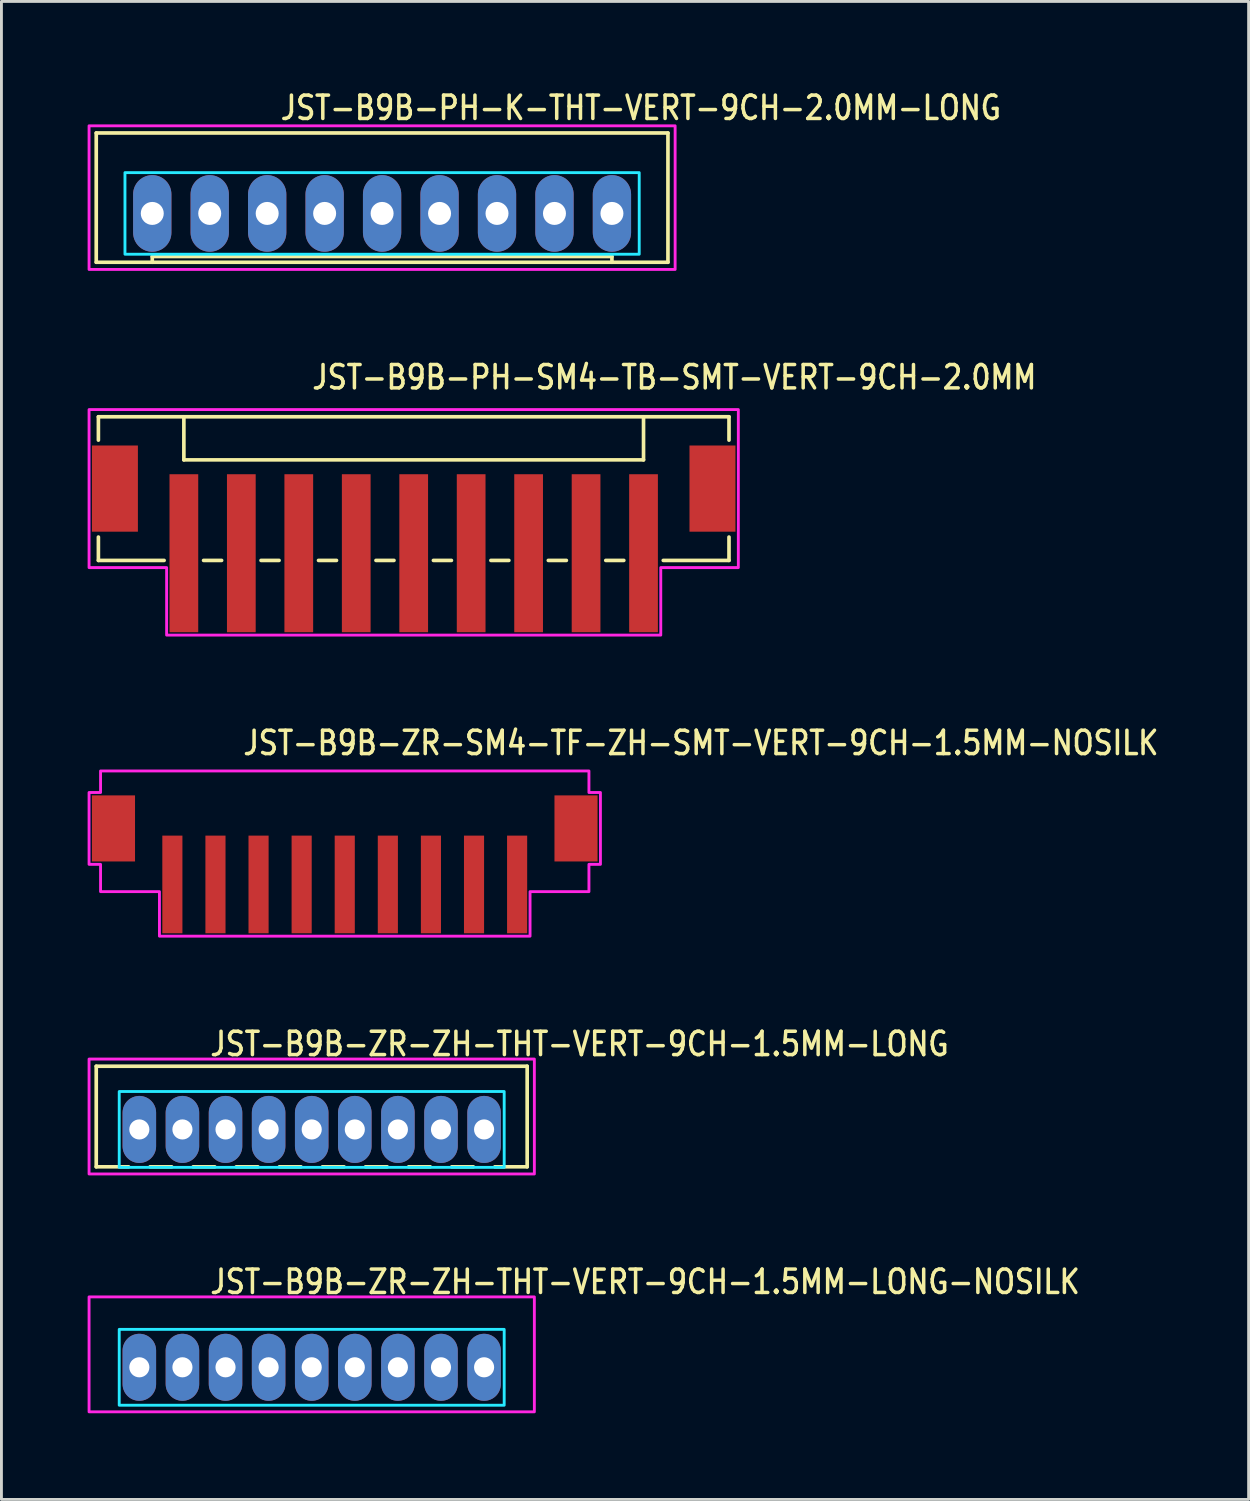
<source format=kicad_pcb>
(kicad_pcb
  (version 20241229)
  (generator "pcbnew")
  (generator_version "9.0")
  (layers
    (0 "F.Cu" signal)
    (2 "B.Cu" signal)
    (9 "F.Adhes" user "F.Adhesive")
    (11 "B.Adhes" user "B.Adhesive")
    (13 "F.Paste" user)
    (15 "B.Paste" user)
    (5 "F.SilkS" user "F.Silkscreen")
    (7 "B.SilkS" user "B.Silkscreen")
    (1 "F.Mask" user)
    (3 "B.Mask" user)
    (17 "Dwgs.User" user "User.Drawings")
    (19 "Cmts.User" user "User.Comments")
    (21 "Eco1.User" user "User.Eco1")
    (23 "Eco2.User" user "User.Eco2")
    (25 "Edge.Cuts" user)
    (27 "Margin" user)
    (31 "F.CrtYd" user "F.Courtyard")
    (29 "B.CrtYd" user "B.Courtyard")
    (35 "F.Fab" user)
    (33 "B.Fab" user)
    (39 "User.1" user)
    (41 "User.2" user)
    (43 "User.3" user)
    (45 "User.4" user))
  (footprint "JST-B9B-PH-SM4-TB-SMT-VERT-9CH-2.0MM"
    (layer "F.Cu")
    (at 11.35 13.957)
    (property "Reference" "JST-B9B-PH-SM4-TB-SMT-VERT-9CH-2.0MM" (at -3.6 -3.4 0) (unlocked yes) (layer "F.SilkS") (effects (font (size 0.813 0.695) (thickness 0.122)) (justify left bottom)))
    (fp_line (start -10.975 -2.5) (end -10.975 -1.687) (stroke (width 0.127) (type solid)) (layer "F.SilkS"))
    (fp_line (start -10.975 -2.5) (end 10.975 -2.5) (stroke (width 0.127) (type solid)) (layer "F.SilkS"))
    (fp_line (start -10.975 2.5) (end -10.975 1.687) (stroke (width 0.127) (type solid)) (layer "F.SilkS"))
    (fp_line (start -10.975 2.5) (end -8.687 2.5) (stroke (width 0.127) (type solid)) (layer "F.SilkS"))
    (fp_line (start -8 -2.5) (end -8 -1) (stroke (width 0.127) (type solid)) (layer "F.SilkS"))
    (fp_line (start -8 -1) (end 8 -1) (stroke (width 0.127) (type solid)) (layer "F.SilkS"))
    (fp_line (start -7.314 2.5) (end -6.686 2.5) (stroke (width 0.127) (type solid)) (layer "F.SilkS"))
    (fp_line (start -5.314 2.5) (end -4.686 2.5) (stroke (width 0.127) (type solid)) (layer "F.SilkS"))
    (fp_line (start -3.313 2.5) (end -2.687 2.5) (stroke (width 0.127) (type solid)) (layer "F.SilkS"))
    (fp_line (start -1.313 2.5) (end -0.686 2.5) (stroke (width 0.127) (type solid)) (layer "F.SilkS"))
    (fp_line (start 0.686 2.5) (end 1.313 2.5) (stroke (width 0.127) (type solid)) (layer "F.SilkS"))
    (fp_line (start 2.687 2.5) (end 3.313 2.5) (stroke (width 0.127) (type solid)) (layer "F.SilkS"))
    (fp_line (start 4.686 2.5) (end 5.314 2.5) (stroke (width 0.127) (type solid)) (layer "F.SilkS"))
    (fp_line (start 6.686 2.5) (end 7.314 2.5) (stroke (width 0.127) (type solid)) (layer "F.SilkS"))
    (fp_line (start 8 -1) (end 8 -2.5) (stroke (width 0.127) (type solid)) (layer "F.SilkS"))
    (fp_line (start 8.687 2.5) (end 10.975 2.5) (stroke (width 0.127) (type solid)) (layer "F.SilkS"))
    (fp_line (start 10.975 -1.687) (end 10.975 -2.5) (stroke (width 0.127) (type solid)) (layer "F.SilkS"))
    (fp_line (start 10.975 1.687) (end 10.975 2.5) (stroke (width 0.127) (type solid)) (layer "F.SilkS"))
    (fp_poly (pts (xy -11.3 -2.75) (xy -11.3 2.75) (xy -8.6 2.75) (xy -8.6 5.1) (xy 8.6 5.1) (xy 8.6 2.75) (xy 11.3 2.75) (xy 11.3 -2.75)) (stroke (width 0.1) (type solid)) (fill no) (layer "F.CrtYd"))
    (pad "P$1" smd rect (at -8 2.25) (size 1 5.5) (layers "F.Cu" "F.Mask" "F.Paste"))
    (pad "P$2" smd rect (at -6 2.25) (size 1 5.5) (layers "F.Cu" "F.Mask" "F.Paste"))
    (pad "P$3" smd rect (at -4 2.25) (size 1 5.5) (layers "F.Cu" "F.Mask" "F.Paste"))
    (pad "P$4" smd rect (at -2 2.25) (size 1 5.5) (layers "F.Cu" "F.Mask" "F.Paste"))
    (pad "P$5" smd rect (at 0 2.25) (size 1 5.5) (layers "F.Cu" "F.Mask" "F.Paste"))
    (pad "P$6" smd rect (at 2 2.25) (size 1 5.5) (layers "F.Cu" "F.Mask" "F.Paste"))
    (pad "P$7" smd rect (at 4 2.25) (size 1 5.5) (layers "F.Cu" "F.Mask" "F.Paste"))
    (pad "P$8" smd rect (at 6 2.25) (size 1 5.5) (layers "F.Cu" "F.Mask" "F.Paste"))
    (pad "P$9" smd rect (at 8 2.25) (size 1 5.5) (layers "F.Cu" "F.Mask" "F.Paste"))
    (pad "S$1" smd rect (at -10.4 0) (size 1.6 3) (layers "F.Cu" "F.Mask" "F.Paste"))
    (pad "S$2" smd rect (at 10.4 0) (size 1.6 3) (layers "F.Cu" "F.Mask" "F.Paste")))
  (footprint "JST-B9B-PH-K-THT-VERT-9CH-2.0MM-LONG"
    (layer "F.Cu")
    (at 10.25 4.379)
    (property "Reference" "JST-B9B-PH-K-THT-VERT-9CH-2.0MM-LONG" (at -3.6 -3.2 0) (unlocked yes) (layer "F.SilkS") (effects (font (size 0.813 0.695) (thickness 0.122)) (justify left bottom)))
    (fp_line (start -9.95 -2.8) (end -9.95 1.7) (stroke (width 0.127) (type solid)) (layer "F.SilkS"))
    (fp_line (start -9.95 -2.8) (end 9.95 -2.8) (stroke (width 0.127) (type solid)) (layer "F.SilkS"))
    (fp_line (start -9.95 1.7) (end 9.95 1.7) (stroke (width 0.127) (type solid)) (layer "F.SilkS"))
    (fp_line (start -8 1.7) (end -8 1.5) (stroke (width 0.127) (type solid)) (layer "F.SilkS"))
    (fp_line (start 8 1.5) (end -8 1.5) (stroke (width 0.127) (type solid)) (layer "F.SilkS"))
    (fp_line (start 8 1.7) (end 8 1.5) (stroke (width 0.127) (type solid)) (layer "F.SilkS"))
    (fp_line (start 9.95 1.7) (end 9.95 -2.8) (stroke (width 0.127) (type solid)) (layer "F.SilkS"))
    (fp_poly (pts (xy -8.95 -1.42) (xy -8.95 1.42) (xy 8.95 1.42) (xy 8.95 -1.42)) (stroke (width 0.1) (type solid)) (fill no) (layer "B.CrtYd"))
    (fp_poly (pts (xy -10.2 1.95) (xy -10.2 -3.05) (xy 10.2 -3.05) (xy 10.2 1.95)) (stroke (width 0.1) (type solid)) (fill no) (layer "F.CrtYd"))
    (pad "P$1" thru_hole oval (at 8 0 90) (size 2.667 1.333) (drill 0.8) (layers "*.Cu" "*.Mask"))
    (pad "P$2" thru_hole oval (at 6 0 90) (size 2.667 1.333) (drill 0.8) (layers "*.Cu" "*.Mask"))
    (pad "P$3" thru_hole oval (at 4 0 90) (size 2.667 1.333) (drill 0.8) (layers "*.Cu" "*.Mask"))
    (pad "P$4" thru_hole oval (at 2 0 90) (size 2.667 1.333) (drill 0.8) (layers "*.Cu" "*.Mask"))
    (pad "P$5" thru_hole oval (at 0 0 90) (size 2.667 1.333) (drill 0.8) (layers "*.Cu" "*.Mask"))
    (pad "P$6" thru_hole oval (at -2 0 90) (size 2.667 1.333) (drill 0.8) (layers "*.Cu" "*.Mask"))
    (pad "P$7" thru_hole oval (at -4 0 90) (size 2.667 1.333) (drill 0.8) (layers "*.Cu" "*.Mask"))
    (pad "P$8" thru_hole oval (at -6 0 90) (size 2.667 1.333) (drill 0.8) (layers "*.Cu" "*.Mask"))
    (pad "P$9" thru_hole oval (at -8 0 90) (size 2.667 1.333) (drill 0.8) (layers "*.Cu" "*.Mask")))
  (footprint "JST-B9B-ZR-ZH-THT-VERT-9CH-1.5MM-LONG"
    (layer "F.Cu")
    (at 7.8 36.264)
    (property "Reference" "JST-B9B-ZR-ZH-THT-VERT-9CH-1.5MM-LONG" (at -3.6 -2.5 0) (unlocked yes) (layer "F.SilkS") (effects (font (size 0.813 0.695) (thickness 0.122)) (justify left bottom)))
    (fp_line (start -7.5 -2.2) (end 7.5 -2.2) (stroke (width 0.127) (type solid)) (layer "F.SilkS"))
    (fp_line (start -7.5 1.3) (end -7.5 -2.2) (stroke (width 0.127) (type solid)) (layer "F.SilkS"))
    (fp_line (start -7.5 1.3) (end -6.375 1.3) (stroke (width 0.127) (type solid)) (layer "F.SilkS"))
    (fp_line (start -5.625 1.3) (end -4.875 1.3) (stroke (width 0.127) (type solid)) (layer "F.SilkS"))
    (fp_line (start -4.125 1.3) (end -3.375 1.3) (stroke (width 0.127) (type solid)) (layer "F.SilkS"))
    (fp_line (start -2.625 1.3) (end -1.875 1.3) (stroke (width 0.127) (type solid)) (layer "F.SilkS"))
    (fp_line (start -1.125 1.3) (end -0.375 1.3) (stroke (width 0.127) (type solid)) (layer "F.SilkS"))
    (fp_line (start 0.375 1.3) (end 1.125 1.3) (stroke (width 0.127) (type solid)) (layer "F.SilkS"))
    (fp_line (start 1.875 1.3) (end 2.625 1.3) (stroke (width 0.127) (type solid)) (layer "F.SilkS"))
    (fp_line (start 3.375 1.3) (end 4.125 1.3) (stroke (width 0.127) (type solid)) (layer "F.SilkS"))
    (fp_line (start 4.875 1.3) (end 5.625 1.3) (stroke (width 0.127) (type solid)) (layer "F.SilkS"))
    (fp_line (start 6.375 1.3) (end 7.5 1.3) (stroke (width 0.127) (type solid)) (layer "F.SilkS"))
    (fp_line (start 7.5 -2.2) (end 7.5 1.3) (stroke (width 0.127) (type solid)) (layer "F.SilkS"))
    (fp_poly (pts (xy -6.7 -1.32) (xy -6.7 1.32) (xy 6.7 1.32) (xy 6.7 -1.32)) (stroke (width 0.1) (type solid)) (fill no) (layer "B.CrtYd"))
    (fp_poly (pts (xy -7.75 -2.45) (xy -7.75 1.55) (xy 7.75 1.55) (xy 7.75 -2.45)) (stroke (width 0.1) (type solid)) (fill no) (layer "F.CrtYd"))
    (pad "P$1" thru_hole oval (at 6 0 90) (size 2.333 1.167) (drill 0.7) (layers "*.Cu" "*.Mask"))
    (pad "P$2" thru_hole oval (at 4.5 0 90) (size 2.333 1.167) (drill 0.7) (layers "*.Cu" "*.Mask"))
    (pad "P$3" thru_hole oval (at 3 0 90) (size 2.333 1.167) (drill 0.7) (layers "*.Cu" "*.Mask"))
    (pad "P$4" thru_hole oval (at 1.5 0 90) (size 2.333 1.167) (drill 0.7) (layers "*.Cu" "*.Mask"))
    (pad "P$5" thru_hole oval (at 0 0 90) (size 2.333 1.167) (drill 0.7) (layers "*.Cu" "*.Mask"))
    (pad "P$6" thru_hole oval (at -1.5 0 90) (size 2.333 1.167) (drill 0.7) (layers "*.Cu" "*.Mask"))
    (pad "P$7" thru_hole oval (at -3 0 90) (size 2.333 1.167) (drill 0.7) (layers "*.Cu" "*.Mask"))
    (pad "P$8" thru_hole oval (at -4.5 0 90) (size 2.333 1.167) (drill 0.7) (layers "*.Cu" "*.Mask"))
    (pad "P$9" thru_hole oval (at -6 0 90) (size 2.333 1.167) (drill 0.7) (layers "*.Cu" "*.Mask")))
  (footprint "JST-B9B-ZR-ZH-THT-VERT-9CH-1.5MM-LONG-NOSILK"
    (layer "F.Cu")
    (at 7.8 44.543)
    (property "Reference" "JST-B9B-ZR-ZH-THT-VERT-9CH-1.5MM-LONG-NOSILK" (at -3.6 -2.5 0) (unlocked yes) (layer "F.SilkS") (effects (font (size 0.813 0.695) (thickness 0.122)) (justify left bottom)))
    (fp_poly (pts (xy -6.7 -1.32) (xy -6.7 1.32) (xy 6.7 1.32) (xy 6.7 -1.32)) (stroke (width 0.1) (type solid)) (fill no) (layer "B.CrtYd"))
    (fp_poly (pts (xy -7.75 -2.45) (xy -7.75 1.55) (xy 7.75 1.55) (xy 7.75 -2.45)) (stroke (width 0.1) (type solid)) (fill no) (layer "F.CrtYd"))
    (pad "P$1" thru_hole oval (at 6 0 90) (size 2.333 1.167) (drill 0.7) (layers "*.Cu" "*.Mask"))
    (pad "P$2" thru_hole oval (at 4.5 0 90) (size 2.333 1.167) (drill 0.7) (layers "*.Cu" "*.Mask"))
    (pad "P$3" thru_hole oval (at 3 0 90) (size 2.333 1.167) (drill 0.7) (layers "*.Cu" "*.Mask"))
    (pad "P$4" thru_hole oval (at 1.5 0 90) (size 2.333 1.167) (drill 0.7) (layers "*.Cu" "*.Mask"))
    (pad "P$5" thru_hole oval (at 0 0 90) (size 2.333 1.167) (drill 0.7) (layers "*.Cu" "*.Mask"))
    (pad "P$6" thru_hole oval (at -1.5 0 90) (size 2.333 1.167) (drill 0.7) (layers "*.Cu" "*.Mask"))
    (pad "P$7" thru_hole oval (at -3 0 90) (size 2.333 1.167) (drill 0.7) (layers "*.Cu" "*.Mask"))
    (pad "P$8" thru_hole oval (at -4.5 0 90) (size 2.333 1.167) (drill 0.7) (layers "*.Cu" "*.Mask"))
    (pad "P$9" thru_hole oval (at -6 0 90) (size 2.333 1.167) (drill 0.7) (layers "*.Cu" "*.Mask")))
  (footprint "JST-B9B-ZR-SM4-TF-ZH-SMT-VERT-9CH-1.5MM-NOSILK"
    (layer "F.Cu")
    (at 8.95 25.786)
    (property "Reference" "JST-B9B-ZR-SM4-TF-ZH-SMT-VERT-9CH-1.5MM-NOSILK" (at -3.6 -2.5 0) (unlocked yes) (layer "F.SilkS") (effects (font (size 0.813 0.695) (thickness 0.122)) (justify left bottom)))
    (fp_poly (pts (xy -8.5 -2) (xy -8.5 -1.25) (xy -8.9 -1.25) (xy -8.9 1.25) (xy -8.5 1.25) (xy -8.5 2.2) (xy -6.45 2.2) (xy -6.45 3.75) (xy 6.45 3.75) (xy 6.45 2.2) (xy 8.5 2.2) (xy 8.5 1.25) (xy 8.9 1.25) (xy 8.9 -1.25) (xy 8.5 -1.25) (xy 8.5 -2)) (stroke (width 0.1) (type solid)) (fill no) (layer "F.CrtYd"))
    (pad "P$1" smd rect (at -6 1.95) (size 0.7 3.4) (layers "F.Cu" "F.Mask" "F.Paste"))
    (pad "P$2" smd rect (at -4.5 1.95) (size 0.7 3.4) (layers "F.Cu" "F.Mask" "F.Paste"))
    (pad "P$3" smd rect (at -3 1.95) (size 0.7 3.4) (layers "F.Cu" "F.Mask" "F.Paste"))
    (pad "P$4" smd rect (at -1.5 1.95) (size 0.7 3.4) (layers "F.Cu" "F.Mask" "F.Paste"))
    (pad "P$5" smd rect (at 0 1.95) (size 0.7 3.4) (layers "F.Cu" "F.Mask" "F.Paste"))
    (pad "P$6" smd rect (at 1.5 1.95) (size 0.7 3.4) (layers "F.Cu" "F.Mask" "F.Paste"))
    (pad "P$7" smd rect (at 3 1.95) (size 0.7 3.4) (layers "F.Cu" "F.Mask" "F.Paste"))
    (pad "P$8" smd rect (at 4.5 1.95) (size 0.7 3.4) (layers "F.Cu" "F.Mask" "F.Paste"))
    (pad "P$9" smd rect (at 6 1.95) (size 0.7 3.4) (layers "F.Cu" "F.Mask" "F.Paste"))
    (pad "P$10" smd rect (at 8.05 0) (size 1.5 2.3) (layers "F.Cu" "F.Mask" "F.Paste"))
    (pad "P$11" smd rect (at -8.05 0) (size 1.5 2.3) (layers "F.Cu" "F.Mask" "F.Paste")))
  (gr_rect
    (start -3 -3)
    (end 40.412 49.143)
    (stroke (width 0.1) (type default))
    (fill no)
    (layer "Edge.Cuts")))
</source>
